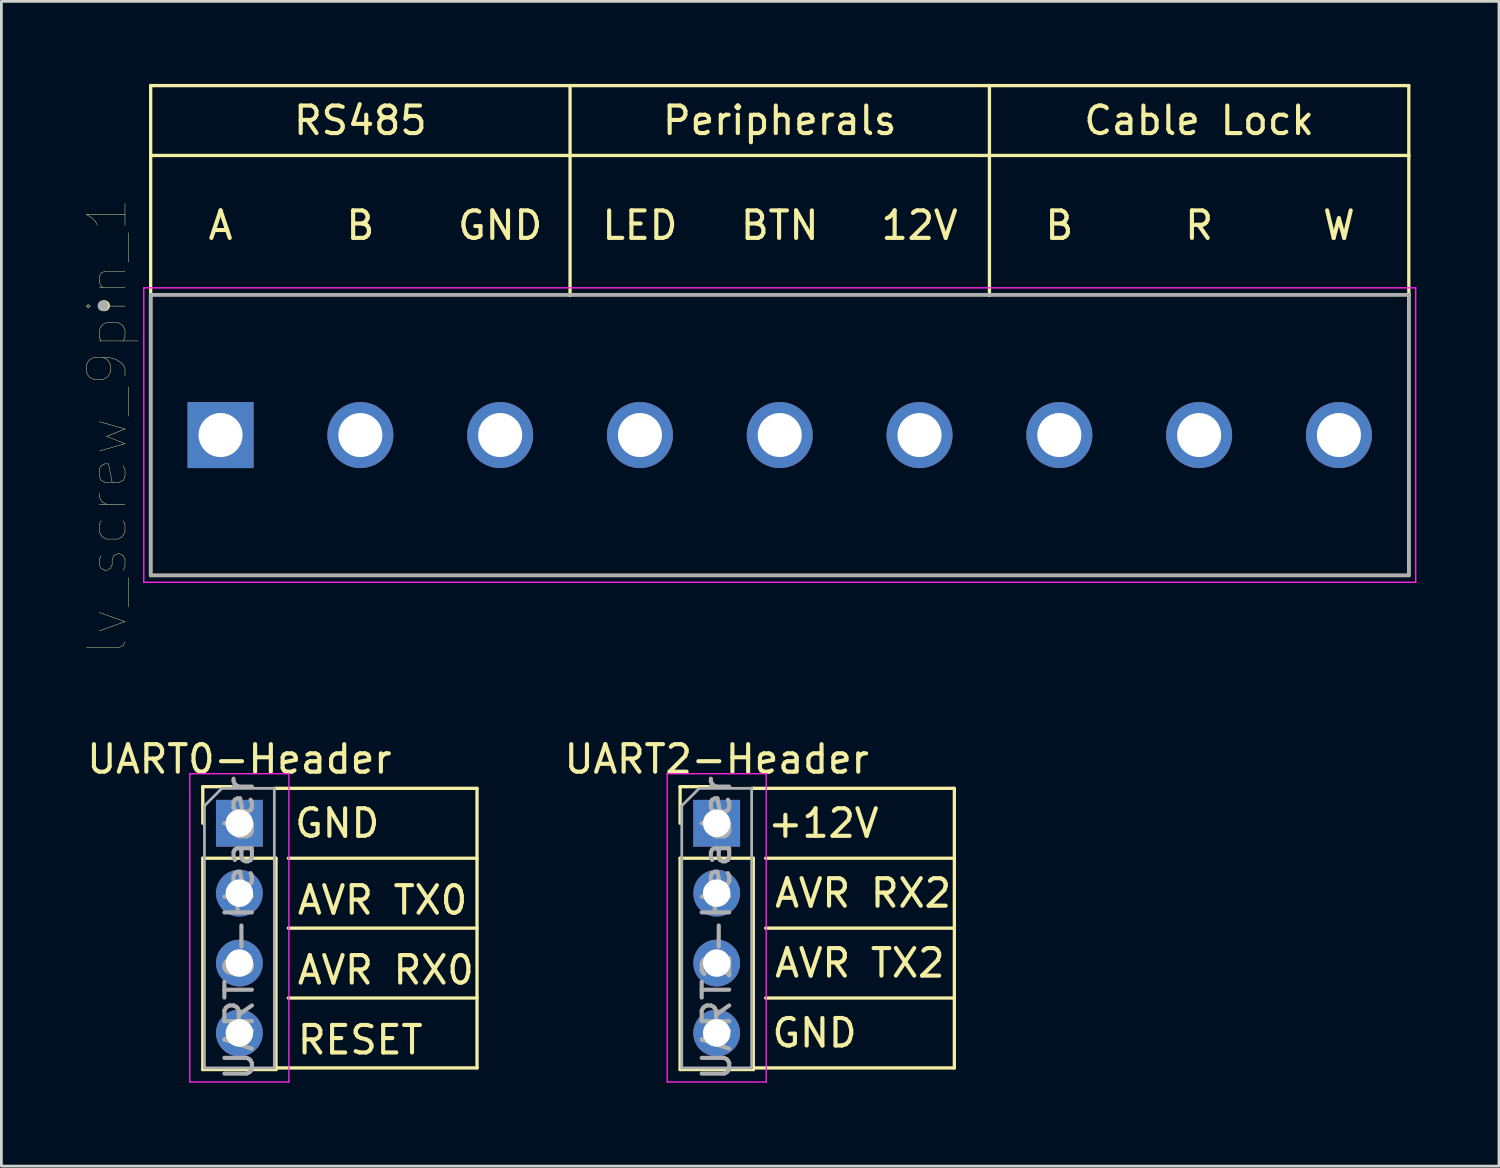
<source format=kicad_pcb>
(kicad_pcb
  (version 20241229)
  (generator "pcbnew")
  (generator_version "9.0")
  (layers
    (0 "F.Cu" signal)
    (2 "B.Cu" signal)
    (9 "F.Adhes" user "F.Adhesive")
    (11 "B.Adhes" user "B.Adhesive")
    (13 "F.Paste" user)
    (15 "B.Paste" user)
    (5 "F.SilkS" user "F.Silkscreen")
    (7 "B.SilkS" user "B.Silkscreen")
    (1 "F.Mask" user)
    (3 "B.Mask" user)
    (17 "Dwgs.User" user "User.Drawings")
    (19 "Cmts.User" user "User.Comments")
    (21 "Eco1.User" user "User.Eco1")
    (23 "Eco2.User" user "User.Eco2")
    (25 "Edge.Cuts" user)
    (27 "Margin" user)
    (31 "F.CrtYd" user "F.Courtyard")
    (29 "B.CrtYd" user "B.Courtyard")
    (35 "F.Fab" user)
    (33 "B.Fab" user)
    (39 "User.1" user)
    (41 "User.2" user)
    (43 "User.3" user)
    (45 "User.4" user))
  (footprint "UART2-Header"
    (layer "F.Cu")
    (at 22.994 26.867)
    (property "Reference" "UART2-Header" (at 0 -2.33 0) (layer "F.SilkS") (effects (font (size 1 1) (thickness 0.15))))
    (attr through_hole)
    (fp_line (start -1.33 -1.33) (end 0 -1.33) (stroke (width 0.12) (type solid)) (layer "F.SilkS"))
    (fp_line (start -1.33 0) (end -1.33 -1.33) (stroke (width 0.12) (type solid)) (layer "F.SilkS"))
    (fp_line (start -1.33 1.27) (end -1.33 8.95) (stroke (width 0.12) (type solid)) (layer "F.SilkS"))
    (fp_line (start -1.33 1.27) (end 1.33 1.27) (stroke (width 0.12) (type solid)) (layer "F.SilkS"))
    (fp_line (start -1.33 8.95) (end 1.33 8.95) (stroke (width 0.12) (type solid)) (layer "F.SilkS"))
    (fp_line (start 1.27 -1.27) (end 8.636 -1.27) (stroke (width 0.12) (type solid)) (layer "F.SilkS"))
    (fp_line (start 1.27 8.89) (end 8.636 8.89) (stroke (width 0.12) (type solid)) (layer "F.SilkS"))
    (fp_line (start 1.33 1.27) (end 1.33 8.95) (stroke (width 0.12) (type solid)) (layer "F.SilkS"))
    (fp_line (start 1.778 1.27) (end 8.636 1.27) (stroke (width 0.12) (type solid)) (layer "F.SilkS"))
    (fp_line (start 1.778 3.81) (end 8.636 3.81) (stroke (width 0.12) (type solid)) (layer "F.SilkS"))
    (fp_line (start 1.778 6.35) (end 8.636 6.35) (stroke (width 0.12) (type solid)) (layer "F.SilkS"))
    (fp_line (start 8.636 -1.27) (end 8.636 8.89) (stroke (width 0.12) (type solid)) (layer "F.SilkS"))
    (fp_line (start -1.8 -1.8) (end -1.8 9.4) (stroke (width 0.05) (type solid)) (layer "F.CrtYd"))
    (fp_line (start -1.8 9.4) (end 1.8 9.4) (stroke (width 0.05) (type solid)) (layer "F.CrtYd"))
    (fp_line (start 1.8 -1.8) (end -1.8 -1.8) (stroke (width 0.05) (type solid)) (layer "F.CrtYd"))
    (fp_line (start 1.8 9.4) (end 1.8 -1.8) (stroke (width 0.05) (type solid)) (layer "F.CrtYd"))
    (fp_line (start -1.27 -0.635) (end -0.635 -1.27) (stroke (width 0.1) (type solid)) (layer "F.Fab"))
    (fp_line (start -1.27 8.89) (end -1.27 -0.635) (stroke (width 0.1) (type solid)) (layer "F.Fab"))
    (fp_line (start -0.635 -1.27) (end 1.27 -1.27) (stroke (width 0.1) (type solid)) (layer "F.Fab"))
    (fp_line (start 1.27 -1.27) (end 1.27 8.89) (stroke (width 0.1) (type solid)) (layer "F.Fab"))
    (fp_line (start 1.27 8.89) (end -1.27 8.89) (stroke (width 0.1) (type solid)) (layer "F.Fab"))
    (fp_text user "AVR RX2" (at 2.032 2.54 0) (layer "F.SilkS") (effects (font (size 1 1) (thickness 0.15)) (justify left)))
    (fp_text user "AVR TX2" (at 2.032 5.08 0) (layer "F.SilkS") (effects (font (size 1 1) (thickness 0.15)) (justify left)))
    (fp_text user "+12V" (at 1.778 0 0) (layer "F.SilkS") (effects (font (size 1 1) (thickness 0.15)) (justify left)))
    (fp_text user "GND" (at 3.556 7.62 0) (layer "F.SilkS") (effects (font (size 1 1) (thickness 0.15))))
    (fp_text user "${REFERENCE}" (at 0 3.81 90) (layer "F.Fab") (effects (font (size 1 1) (thickness 0.15))))
    (pad "1" thru_hole rect (at 0 0) (size 1.7 1.7) (drill 1) (layers "*.Cu" "*.Mask"))
    (pad "2" thru_hole oval (at 0 2.54) (size 1.7 1.7) (drill 1) (layers "*.Cu" "*.Mask"))
    (pad "3" thru_hole oval (at 0 5.08) (size 1.7 1.7) (drill 1) (layers "*.Cu" "*.Mask"))
    (pad "4" thru_hole oval (at 0 7.62) (size 1.7 1.7) (drill 1) (layers "*.Cu" "*.Mask")))
  (footprint "UART0-Header"
    (layer "F.Cu")
    (at 5.649 26.867)
    (property "Reference" "UART0-Header" (at 0 -2.33 0) (layer "F.SilkS") (effects (font (size 1 1) (thickness 0.15))))
    (attr through_hole)
    (fp_line (start -1.33 -1.33) (end 0 -1.33) (stroke (width 0.12) (type solid)) (layer "F.SilkS"))
    (fp_line (start -1.33 0) (end -1.33 -1.33) (stroke (width 0.12) (type solid)) (layer "F.SilkS"))
    (fp_line (start -1.33 1.27) (end -1.33 8.95) (stroke (width 0.12) (type solid)) (layer "F.SilkS"))
    (fp_line (start -1.33 1.27) (end 1.33 1.27) (stroke (width 0.12) (type solid)) (layer "F.SilkS"))
    (fp_line (start -1.33 8.95) (end 1.33 8.95) (stroke (width 0.12) (type solid)) (layer "F.SilkS"))
    (fp_line (start 1.27 -1.27) (end 8.636 -1.27) (stroke (width 0.12) (type solid)) (layer "F.SilkS"))
    (fp_line (start 1.27 8.89) (end 8.636 8.89) (stroke (width 0.12) (type solid)) (layer "F.SilkS"))
    (fp_line (start 1.33 1.27) (end 1.33 8.95) (stroke (width 0.12) (type solid)) (layer "F.SilkS"))
    (fp_line (start 1.778 1.27) (end 8.636 1.27) (stroke (width 0.12) (type solid)) (layer "F.SilkS"))
    (fp_line (start 1.778 3.81) (end 8.636 3.81) (stroke (width 0.12) (type solid)) (layer "F.SilkS"))
    (fp_line (start 1.778 6.35) (end 8.636 6.35) (stroke (width 0.12) (type solid)) (layer "F.SilkS"))
    (fp_line (start 8.636 -1.27) (end 8.636 8.89) (stroke (width 0.12) (type solid)) (layer "F.SilkS"))
    (fp_line (start -1.8 -1.8) (end -1.8 9.4) (stroke (width 0.05) (type solid)) (layer "F.CrtYd"))
    (fp_line (start -1.8 9.4) (end 1.8 9.4) (stroke (width 0.05) (type solid)) (layer "F.CrtYd"))
    (fp_line (start 1.8 -1.8) (end -1.8 -1.8) (stroke (width 0.05) (type solid)) (layer "F.CrtYd"))
    (fp_line (start 1.8 9.4) (end 1.8 -1.8) (stroke (width 0.05) (type solid)) (layer "F.CrtYd"))
    (fp_line (start -1.27 -0.635) (end -0.635 -1.27) (stroke (width 0.1) (type solid)) (layer "F.Fab"))
    (fp_line (start -1.27 8.89) (end -1.27 -0.635) (stroke (width 0.1) (type solid)) (layer "F.Fab"))
    (fp_line (start -0.635 -1.27) (end 1.27 -1.27) (stroke (width 0.1) (type solid)) (layer "F.Fab"))
    (fp_line (start 1.27 -1.27) (end 1.27 8.89) (stroke (width 0.1) (type solid)) (layer "F.Fab"))
    (fp_line (start 1.27 8.89) (end -1.27 8.89) (stroke (width 0.1) (type solid)) (layer "F.Fab"))
    (fp_text user "AVR RX0" (at 2.032 5.334 0) (layer "F.SilkS") (effects (font (size 1 1) (thickness 0.15)) (justify left)))
    (fp_text user "RESET" (at 2.032 7.874 0) (layer "F.SilkS") (effects (font (size 1 1) (thickness 0.15)) (justify left)))
    (fp_text user "AVR TX0" (at 2.032 2.794 0) (layer "F.SilkS") (effects (font (size 1 1) (thickness 0.15)) (justify left)))
    (fp_text user "GND" (at 3.556 0 0) (layer "F.SilkS") (effects (font (size 1 1) (thickness 0.15))))
    (fp_text user "${REFERENCE}" (at 0 3.81 90) (layer "F.Fab") (effects (font (size 1 1) (thickness 0.15))))
    (pad "1" thru_hole rect (at 0 0) (size 1.7 1.7) (drill 1) (layers "*.Cu" "*.Mask"))
    (pad "2" thru_hole oval (at 0 2.54) (size 1.7 1.7) (drill 1) (layers "*.Cu" "*.Mask"))
    (pad "3" thru_hole oval (at 0 5.08) (size 1.7 1.7) (drill 1) (layers "*.Cu" "*.Mask"))
    (pad "4" thru_hole oval (at 0 7.62) (size 1.7 1.7) (drill 1) (layers "*.Cu" "*.Mask")))
  (footprint "lv_screw_9pin_1"
    (layer "F.Cu")
    (at 4.965 12.76)
    (property "Reference" "lv_screw_9pin_1" (at -4.12 -0.32 90) (layer "F.SilkS") (effects (font (size 1.4 1.4) (thickness 0.015))))
    (attr through_hole)
    (fp_line (start -2.54 -12.7) (end 43.18 -12.7) (stroke (width 0.12) (type solid)) (layer "F.SilkS"))
    (fp_line (start -2.54 -10.16) (end -2.54 -12.7) (stroke (width 0.12) (type solid)) (layer "F.SilkS"))
    (fp_line (start -2.54 -10.16) (end -2.54 -5.1) (stroke (width 0.12) (type solid)) (layer "F.SilkS"))
    (fp_line (start -2.54 -5.1) (end 43.18 -5.1) (stroke (width 0.127) (type solid)) (layer "F.SilkS"))
    (fp_line (start -2.54 5.1) (end -2.54 -5.1) (stroke (width 0.127) (type solid)) (layer "F.SilkS"))
    (fp_line (start 12.7 -10.16) (end 12.7 -12.7) (stroke (width 0.12) (type solid)) (layer "F.SilkS"))
    (fp_line (start 12.7 -5.08) (end 12.7 -10.16) (stroke (width 0.12) (type solid)) (layer "F.SilkS"))
    (fp_line (start 27.94 -10.16) (end 27.94 -12.7) (stroke (width 0.12) (type solid)) (layer "F.SilkS"))
    (fp_line (start 27.94 -5.08) (end 27.94 -10.16) (stroke (width 0.12) (type solid)) (layer "F.SilkS"))
    (fp_line (start 43.18 -12.7) (end 43.18 -10.16) (stroke (width 0.12) (type solid)) (layer "F.SilkS"))
    (fp_line (start 43.18 -10.16) (end -2.54 -10.16) (stroke (width 0.12) (type solid)) (layer "F.SilkS"))
    (fp_line (start 43.18 -5.1) (end 43.18 5.1) (stroke (width 0.127) (type solid)) (layer "F.SilkS"))
    (fp_line (start 43.18 -5.08) (end 43.18 -10.16) (stroke (width 0.12) (type solid)) (layer "F.SilkS"))
    (fp_line (start 43.18 5.1) (end -2.54 5.1) (stroke (width 0.127) (type solid)) (layer "F.SilkS"))
    (fp_circle (center -4.22 -4.7) (end -4.12 -4.7) (stroke (width 0.2) (type solid)) (fill no) (layer "F.SilkS"))
    (fp_line (start -2.79 -5.35) (end 43.43 -5.35) (stroke (width 0.05) (type solid)) (layer "F.CrtYd"))
    (fp_line (start -2.79 5.35) (end -2.79 -5.35) (stroke (width 0.05) (type solid)) (layer "F.CrtYd"))
    (fp_line (start 43.43 -5.35) (end 43.43 5.35) (stroke (width 0.05) (type solid)) (layer "F.CrtYd"))
    (fp_line (start 43.43 5.35) (end -2.79 5.35) (stroke (width 0.05) (type solid)) (layer "F.CrtYd"))
    (fp_line (start -2.54 -5.1) (end 43.18 -5.1) (stroke (width 0.127) (type solid)) (layer "F.Fab"))
    (fp_line (start -2.54 5.1) (end -2.54 -5.1) (stroke (width 0.127) (type solid)) (layer "F.Fab"))
    (fp_line (start 43.18 -5.1) (end 43.18 5.1) (stroke (width 0.127) (type solid)) (layer "F.Fab"))
    (fp_line (start 43.18 5.1) (end -2.54 5.1) (stroke (width 0.127) (type solid)) (layer "F.Fab"))
    (fp_circle (center -4.27 -4.7) (end -4.17 -4.7) (stroke (width 0.2) (type solid)) (fill no) (layer "F.Fab"))
    (fp_text user "Cable Lock" (at 35.56 -11.43 0) (layer "F.SilkS") (effects (font (size 1 1) (thickness 0.15))))
    (fp_text user "LED" (at 15.24 -7.62 0) (layer "F.SilkS") (effects (font (size 1 1) (thickness 0.15))))
    (fp_text user "Peripherals" (at 20.32 -11.43 0) (layer "F.SilkS") (effects (font (size 1 1) (thickness 0.15))))
    (fp_text user "A" (at 0 -7.62 0) (layer "F.SilkS") (effects (font (size 1 1) (thickness 0.15))))
    (fp_text user "GND" (at 10.16 -7.62 0) (layer "F.SilkS") (effects (font (size 1 1) (thickness 0.15))))
    (fp_text user "R" (at 35.56 -7.62 0) (layer "F.SilkS") (effects (font (size 1 1) (thickness 0.15))))
    (fp_text user "W" (at 40.64 -7.62 0) (layer "F.SilkS") (effects (font (size 1 1) (thickness 0.15))))
    (fp_text user "RS485" (at 5.08 -11.43 0) (layer "F.SilkS") (effects (font (size 1 1) (thickness 0.15))))
    (fp_text user "B" (at 5.08 -7.62 0) (layer "F.SilkS") (effects (font (size 1 1) (thickness 0.15))))
    (fp_text user "12V" (at 25.4 -7.62 0) (layer "F.SilkS") (effects (font (size 1 1) (thickness 0.15))))
    (fp_text user "BTN" (at 20.32 -7.62 0) (layer "F.SilkS") (effects (font (size 1 1) (thickness 0.15))))
    (fp_text user "B" (at 30.48 -7.62 0) (layer "F.SilkS") (effects (font (size 1 1) (thickness 0.15))))
    (pad "1" thru_hole rect (at 0 0) (size 2.4 2.4) (drill 1.6) (layers "*.Cu" "*.Mask"))
    (pad "2" thru_hole circle (at 5.08 0) (size 2.4 2.4) (drill 1.6) (layers "*.Cu" "*.Mask"))
    (pad "3" thru_hole circle (at 10.16 0) (size 2.4 2.4) (drill 1.6) (layers "*.Cu" "*.Mask"))
    (pad "4" thru_hole circle (at 15.24 0) (size 2.4 2.4) (drill 1.6) (layers "*.Cu" "*.Mask"))
    (pad "5" thru_hole circle (at 20.32 0) (size 2.4 2.4) (drill 1.6) (layers "*.Cu" "*.Mask"))
    (pad "6" thru_hole circle (at 25.4 0) (size 2.4 2.4) (drill 1.6) (layers "*.Cu" "*.Mask"))
    (pad "7" thru_hole circle (at 30.48 0) (size 2.4 2.4) (drill 1.6) (layers "*.Cu" "*.Mask"))
    (pad "8" thru_hole circle (at 35.56 0) (size 2.4 2.4) (drill 1.6) (layers "*.Cu" "*.Mask"))
    (pad "9" thru_hole circle (at 40.64 0) (size 2.4 2.4) (drill 1.6) (layers "*.Cu" "*.Mask")))
  (gr_rect
    (start -3 -3)
    (end 51.42 39.326)
    (stroke (width 0.1) (type default))
    (fill no)
    (layer "Edge.Cuts")))
</source>
